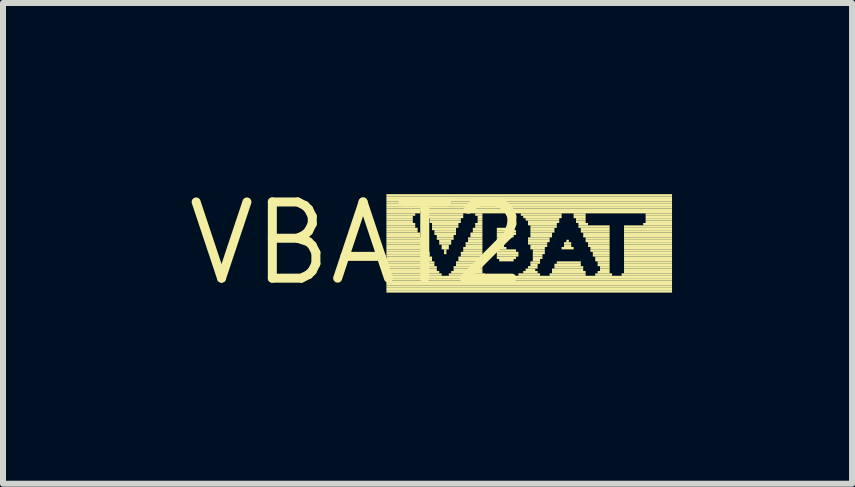
<source format=kicad_pcb>
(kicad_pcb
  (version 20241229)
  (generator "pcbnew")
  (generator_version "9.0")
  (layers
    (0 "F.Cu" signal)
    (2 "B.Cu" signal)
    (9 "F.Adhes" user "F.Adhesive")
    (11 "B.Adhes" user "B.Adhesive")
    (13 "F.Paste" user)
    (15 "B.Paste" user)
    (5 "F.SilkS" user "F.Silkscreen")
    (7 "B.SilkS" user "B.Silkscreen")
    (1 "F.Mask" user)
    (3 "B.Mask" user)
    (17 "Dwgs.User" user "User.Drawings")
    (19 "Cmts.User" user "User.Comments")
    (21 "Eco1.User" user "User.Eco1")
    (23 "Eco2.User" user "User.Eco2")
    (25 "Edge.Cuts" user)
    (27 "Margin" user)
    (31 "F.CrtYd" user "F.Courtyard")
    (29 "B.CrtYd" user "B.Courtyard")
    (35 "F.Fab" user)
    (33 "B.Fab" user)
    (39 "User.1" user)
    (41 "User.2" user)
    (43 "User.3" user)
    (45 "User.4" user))
  (footprint "VBAT2"
    (layer "F.Cu")
    (at 2.91 1.006)
    (property "Reference" "VBAT2" (at 0 0 0) (layer "F.SilkS") (effects (font (size 1.27 1.27) (thickness 0.15))))
    (fp_poly (pts (xy 0.48 -0.78) (xy 5.24 -0.78) (xy 5.24 -0.82) (xy 0.48 -0.82)) (stroke (width 0) (type default)) (fill yes) (layer "F.SilkS"))
    (fp_poly (pts (xy 0.48 -0.74) (xy 5.24 -0.74) (xy 5.24 -0.78) (xy 0.48 -0.78)) (stroke (width 0) (type default)) (fill yes) (layer "F.SilkS"))
    (fp_poly (pts (xy 0.48 -0.7) (xy 5.24 -0.7) (xy 5.24 -0.74) (xy 0.48 -0.74)) (stroke (width 0) (type default)) (fill yes) (layer "F.SilkS"))
    (fp_poly (pts (xy 0.48 -0.66) (xy 5.24 -0.66) (xy 5.24 -0.7) (xy 0.48 -0.7)) (stroke (width 0) (type default)) (fill yes) (layer "F.SilkS"))
    (fp_poly (pts (xy 0.48 -0.62) (xy 5.24 -0.62) (xy 5.24 -0.66) (xy 0.48 -0.66)) (stroke (width 0) (type default)) (fill yes) (layer "F.SilkS"))
    (fp_poly (pts (xy 0.48 -0.58) (xy 5.24 -0.58) (xy 5.24 -0.62) (xy 0.48 -0.62)) (stroke (width 0) (type default)) (fill yes) (layer "F.SilkS"))
    (fp_poly (pts (xy 0.48 -0.54) (xy 5.24 -0.54) (xy 5.24 -0.58) (xy 0.48 -0.58)) (stroke (width 0) (type default)) (fill yes) (layer "F.SilkS"))
    (fp_poly (pts (xy 0.48 -0.5) (xy 1.04 -0.5) (xy 1.04 -0.54) (xy 0.48 -0.54)) (stroke (width 0) (type default)) (fill yes) (layer "F.SilkS"))
    (fp_poly (pts (xy 0.48 -0.46) (xy 0.96 -0.46) (xy 0.96 -0.5) (xy 0.48 -0.5)) (stroke (width 0) (type default)) (fill yes) (layer "F.SilkS"))
    (fp_poly (pts (xy 0.48 -0.42) (xy 0.92 -0.42) (xy 0.92 -0.46) (xy 0.48 -0.46)) (stroke (width 0) (type default)) (fill yes) (layer "F.SilkS"))
    (fp_poly (pts (xy 0.48 -0.38) (xy 0.92 -0.38) (xy 0.92 -0.42) (xy 0.48 -0.42)) (stroke (width 0) (type default)) (fill yes) (layer "F.SilkS"))
    (fp_poly (pts (xy 0.48 -0.34) (xy 0.92 -0.34) (xy 0.92 -0.38) (xy 0.48 -0.38)) (stroke (width 0) (type default)) (fill yes) (layer "F.SilkS"))
    (fp_poly (pts (xy 0.48 -0.3) (xy 0.96 -0.3) (xy 0.96 -0.34) (xy 0.48 -0.34)) (stroke (width 0) (type default)) (fill yes) (layer "F.SilkS"))
    (fp_poly (pts (xy 0.48 -0.26) (xy 0.96 -0.26) (xy 0.96 -0.3) (xy 0.48 -0.3)) (stroke (width 0) (type default)) (fill yes) (layer "F.SilkS"))
    (fp_poly (pts (xy 0.48 -0.22) (xy 1 -0.22) (xy 1 -0.26) (xy 0.48 -0.26)) (stroke (width 0) (type default)) (fill yes) (layer "F.SilkS"))
    (fp_poly (pts (xy 0.48 -0.18) (xy 1 -0.18) (xy 1 -0.22) (xy 0.48 -0.22)) (stroke (width 0) (type default)) (fill yes) (layer "F.SilkS"))
    (fp_poly (pts (xy 0.48 -0.14) (xy 1.04 -0.14) (xy 1.04 -0.18) (xy 0.48 -0.18)) (stroke (width 0) (type default)) (fill yes) (layer "F.SilkS"))
    (fp_poly (pts (xy 0.48 -0.1) (xy 1.04 -0.1) (xy 1.04 -0.14) (xy 0.48 -0.14)) (stroke (width 0) (type default)) (fill yes) (layer "F.SilkS"))
    (fp_poly (pts (xy 0.48 -0.06) (xy 1.08 -0.06) (xy 1.08 -0.1) (xy 0.48 -0.1)) (stroke (width 0) (type default)) (fill yes) (layer "F.SilkS"))
    (fp_poly (pts (xy 0.48 -0.02) (xy 1.08 -0.02) (xy 1.08 -0.06) (xy 0.48 -0.06)) (stroke (width 0) (type default)) (fill yes) (layer "F.SilkS"))
    (fp_poly (pts (xy 0.48 0.02) (xy 1.12 0.02) (xy 1.12 -0.02) (xy 0.48 -0.02)) (stroke (width 0) (type default)) (fill yes) (layer "F.SilkS"))
    (fp_poly (pts (xy 0.48 0.06) (xy 1.12 0.06) (xy 1.12 0.02) (xy 0.48 0.02)) (stroke (width 0) (type default)) (fill yes) (layer "F.SilkS"))
    (fp_poly (pts (xy 0.48 0.1) (xy 1.16 0.1) (xy 1.16 0.06) (xy 0.48 0.06)) (stroke (width 0) (type default)) (fill yes) (layer "F.SilkS"))
    (fp_poly (pts (xy 0.48 0.14) (xy 1.16 0.14) (xy 1.16 0.1) (xy 0.48 0.1)) (stroke (width 0) (type default)) (fill yes) (layer "F.SilkS"))
    (fp_poly (pts (xy 0.48 0.18) (xy 1.2 0.18) (xy 1.2 0.14) (xy 0.48 0.14)) (stroke (width 0) (type default)) (fill yes) (layer "F.SilkS"))
    (fp_poly (pts (xy 0.48 0.22) (xy 1.2 0.22) (xy 1.2 0.18) (xy 0.48 0.18)) (stroke (width 0) (type default)) (fill yes) (layer "F.SilkS"))
    (fp_poly (pts (xy 0.48 0.26) (xy 1.24 0.26) (xy 1.24 0.22) (xy 0.48 0.22)) (stroke (width 0) (type default)) (fill yes) (layer "F.SilkS"))
    (fp_poly (pts (xy 0.48 0.3) (xy 1.24 0.3) (xy 1.24 0.26) (xy 0.48 0.26)) (stroke (width 0) (type default)) (fill yes) (layer "F.SilkS"))
    (fp_poly (pts (xy 0.48 0.34) (xy 1.28 0.34) (xy 1.28 0.3) (xy 0.48 0.3)) (stroke (width 0) (type default)) (fill yes) (layer "F.SilkS"))
    (fp_poly (pts (xy 0.48 0.38) (xy 1.28 0.38) (xy 1.28 0.34) (xy 0.48 0.34)) (stroke (width 0) (type default)) (fill yes) (layer "F.SilkS"))
    (fp_poly (pts (xy 0.48 0.42) (xy 1.32 0.42) (xy 1.32 0.38) (xy 0.48 0.38)) (stroke (width 0) (type default)) (fill yes) (layer "F.SilkS"))
    (fp_poly (pts (xy 0.48 0.46) (xy 1.32 0.46) (xy 1.32 0.42) (xy 0.48 0.42)) (stroke (width 0) (type default)) (fill yes) (layer "F.SilkS"))
    (fp_poly (pts (xy 0.48 0.5) (xy 1.36 0.5) (xy 1.36 0.46) (xy 0.48 0.46)) (stroke (width 0) (type default)) (fill yes) (layer "F.SilkS"))
    (fp_poly (pts (xy 0.48 0.54) (xy 1.4 0.54) (xy 1.4 0.5) (xy 0.48 0.5)) (stroke (width 0) (type default)) (fill yes) (layer "F.SilkS"))
    (fp_poly (pts (xy 0.48 0.58) (xy 5.24 0.58) (xy 5.24 0.54) (xy 0.48 0.54)) (stroke (width 0) (type default)) (fill yes) (layer "F.SilkS"))
    (fp_poly (pts (xy 0.48 0.62) (xy 5.24 0.62) (xy 5.24 0.58) (xy 0.48 0.58)) (stroke (width 0) (type default)) (fill yes) (layer "F.SilkS"))
    (fp_poly (pts (xy 0.48 0.66) (xy 5.24 0.66) (xy 5.24 0.62) (xy 0.48 0.62)) (stroke (width 0) (type default)) (fill yes) (layer "F.SilkS"))
    (fp_poly (pts (xy 0.48 0.7) (xy 5.24 0.7) (xy 5.24 0.66) (xy 0.48 0.66)) (stroke (width 0) (type default)) (fill yes) (layer "F.SilkS"))
    (fp_poly (pts (xy 0.48 0.74) (xy 5.24 0.74) (xy 5.24 0.7) (xy 0.48 0.7)) (stroke (width 0) (type default)) (fill yes) (layer "F.SilkS"))
    (fp_poly (pts (xy 0.48 0.78) (xy 5.24 0.78) (xy 5.24 0.74) (xy 0.48 0.74)) (stroke (width 0) (type default)) (fill yes) (layer "F.SilkS"))
    (fp_poly (pts (xy 0.48 0.82) (xy 5.24 0.82) (xy 5.24 0.78) (xy 0.48 0.78)) (stroke (width 0) (type default)) (fill yes) (layer "F.SilkS"))
    (fp_poly (pts (xy 1.08 -0.5) (xy 5.24 -0.5) (xy 5.24 -0.54) (xy 1.08 -0.54)) (stroke (width 0) (type default)) (fill yes) (layer "F.SilkS"))
    (fp_poly (pts (xy 1.16 -0.46) (xy 1.76 -0.46) (xy 1.76 -0.5) (xy 1.16 -0.5)) (stroke (width 0) (type default)) (fill yes) (layer "F.SilkS"))
    (fp_poly (pts (xy 1.16 -0.42) (xy 1.76 -0.42) (xy 1.76 -0.46) (xy 1.16 -0.46)) (stroke (width 0) (type default)) (fill yes) (layer "F.SilkS"))
    (fp_poly (pts (xy 1.2 -0.38) (xy 1.72 -0.38) (xy 1.72 -0.42) (xy 1.2 -0.42)) (stroke (width 0) (type default)) (fill yes) (layer "F.SilkS"))
    (fp_poly (pts (xy 1.2 -0.34) (xy 1.72 -0.34) (xy 1.72 -0.38) (xy 1.2 -0.38)) (stroke (width 0) (type default)) (fill yes) (layer "F.SilkS"))
    (fp_poly (pts (xy 1.24 -0.3) (xy 1.68 -0.3) (xy 1.68 -0.34) (xy 1.24 -0.34)) (stroke (width 0) (type default)) (fill yes) (layer "F.SilkS"))
    (fp_poly (pts (xy 1.24 -0.26) (xy 1.68 -0.26) (xy 1.68 -0.3) (xy 1.24 -0.3)) (stroke (width 0) (type default)) (fill yes) (layer "F.SilkS"))
    (fp_poly (pts (xy 1.24 -0.22) (xy 1.64 -0.22) (xy 1.64 -0.26) (xy 1.24 -0.26)) (stroke (width 0) (type default)) (fill yes) (layer "F.SilkS"))
    (fp_poly (pts (xy 1.28 -0.18) (xy 1.64 -0.18) (xy 1.64 -0.22) (xy 1.28 -0.22)) (stroke (width 0) (type default)) (fill yes) (layer "F.SilkS"))
    (fp_poly (pts (xy 1.28 -0.14) (xy 1.64 -0.14) (xy 1.64 -0.18) (xy 1.28 -0.18)) (stroke (width 0) (type default)) (fill yes) (layer "F.SilkS"))
    (fp_poly (pts (xy 1.32 -0.1) (xy 1.6 -0.1) (xy 1.6 -0.14) (xy 1.32 -0.14)) (stroke (width 0) (type default)) (fill yes) (layer "F.SilkS"))
    (fp_poly (pts (xy 1.32 -0.06) (xy 1.6 -0.06) (xy 1.6 -0.1) (xy 1.32 -0.1)) (stroke (width 0) (type default)) (fill yes) (layer "F.SilkS"))
    (fp_poly (pts (xy 1.36 -0.02) (xy 1.56 -0.02) (xy 1.56 -0.06) (xy 1.36 -0.06)) (stroke (width 0) (type default)) (fill yes) (layer "F.SilkS"))
    (fp_poly (pts (xy 1.36 0.02) (xy 1.56 0.02) (xy 1.56 -0.02) (xy 1.36 -0.02)) (stroke (width 0) (type default)) (fill yes) (layer "F.SilkS"))
    (fp_poly (pts (xy 1.4 0.06) (xy 1.52 0.06) (xy 1.52 0.02) (xy 1.4 0.02)) (stroke (width 0) (type default)) (fill yes) (layer "F.SilkS"))
    (fp_poly (pts (xy 1.4 0.1) (xy 1.52 0.1) (xy 1.52 0.06) (xy 1.4 0.06)) (stroke (width 0) (type default)) (fill yes) (layer "F.SilkS"))
    (fp_poly (pts (xy 1.44 0.14) (xy 1.48 0.14) (xy 1.48 0.1) (xy 1.44 0.1)) (stroke (width 0) (type default)) (fill yes) (layer "F.SilkS"))
    (fp_poly (pts (xy 1.44 0.18) (xy 1.48 0.18) (xy 1.48 0.14) (xy 1.44 0.14)) (stroke (width 0) (type default)) (fill yes) (layer "F.SilkS"))
    (fp_poly (pts (xy 1.52 0.54) (xy 2.12 0.54) (xy 2.12 0.5) (xy 1.52 0.5)) (stroke (width 0) (type default)) (fill yes) (layer "F.SilkS"))
    (fp_poly (pts (xy 1.56 0.5) (xy 2.08 0.5) (xy 2.08 0.46) (xy 1.56 0.46)) (stroke (width 0) (type default)) (fill yes) (layer "F.SilkS"))
    (fp_poly (pts (xy 1.6 0.42) (xy 2.08 0.42) (xy 2.08 0.38) (xy 1.6 0.38)) (stroke (width 0) (type default)) (fill yes) (layer "F.SilkS"))
    (fp_poly (pts (xy 1.6 0.46) (xy 2.08 0.46) (xy 2.08 0.42) (xy 1.6 0.42)) (stroke (width 0) (type default)) (fill yes) (layer "F.SilkS"))
    (fp_poly (pts (xy 1.64 0.34) (xy 2.08 0.34) (xy 2.08 0.3) (xy 1.64 0.3)) (stroke (width 0) (type default)) (fill yes) (layer "F.SilkS"))
    (fp_poly (pts (xy 1.64 0.38) (xy 2.08 0.38) (xy 2.08 0.34) (xy 1.64 0.34)) (stroke (width 0) (type default)) (fill yes) (layer "F.SilkS"))
    (fp_poly (pts (xy 1.68 0.26) (xy 2.08 0.26) (xy 2.08 0.22) (xy 1.68 0.22)) (stroke (width 0) (type default)) (fill yes) (layer "F.SilkS"))
    (fp_poly (pts (xy 1.68 0.3) (xy 2.08 0.3) (xy 2.08 0.26) (xy 1.68 0.26)) (stroke (width 0) (type default)) (fill yes) (layer "F.SilkS"))
    (fp_poly (pts (xy 1.72 0.18) (xy 2.08 0.18) (xy 2.08 0.14) (xy 1.72 0.14)) (stroke (width 0) (type default)) (fill yes) (layer "F.SilkS"))
    (fp_poly (pts (xy 1.72 0.22) (xy 2.08 0.22) (xy 2.08 0.18) (xy 1.72 0.18)) (stroke (width 0) (type default)) (fill yes) (layer "F.SilkS"))
    (fp_poly (pts (xy 1.76 0.1) (xy 2.08 0.1) (xy 2.08 0.06) (xy 1.76 0.06)) (stroke (width 0) (type default)) (fill yes) (layer "F.SilkS"))
    (fp_poly (pts (xy 1.76 0.14) (xy 2.08 0.14) (xy 2.08 0.1) (xy 1.76 0.1)) (stroke (width 0) (type default)) (fill yes) (layer "F.SilkS"))
    (fp_poly (pts (xy 1.8 0.02) (xy 2.08 0.02) (xy 2.08 -0.02) (xy 1.8 -0.02)) (stroke (width 0) (type default)) (fill yes) (layer "F.SilkS"))
    (fp_poly (pts (xy 1.8 0.06) (xy 2.08 0.06) (xy 2.08 0.02) (xy 1.8 0.02)) (stroke (width 0) (type default)) (fill yes) (layer "F.SilkS"))
    (fp_poly (pts (xy 1.84 -0.06) (xy 2.08 -0.06) (xy 2.08 -0.1) (xy 1.84 -0.1)) (stroke (width 0) (type default)) (fill yes) (layer "F.SilkS"))
    (fp_poly (pts (xy 1.84 -0.02) (xy 2.08 -0.02) (xy 2.08 -0.06) (xy 1.84 -0.06)) (stroke (width 0) (type default)) (fill yes) (layer "F.SilkS"))
    (fp_poly (pts (xy 1.88 -0.14) (xy 2.08 -0.14) (xy 2.08 -0.18) (xy 1.88 -0.18)) (stroke (width 0) (type default)) (fill yes) (layer "F.SilkS"))
    (fp_poly (pts (xy 1.88 -0.1) (xy 2.08 -0.1) (xy 2.08 -0.14) (xy 1.88 -0.14)) (stroke (width 0) (type default)) (fill yes) (layer "F.SilkS"))
    (fp_poly (pts (xy 1.92 -0.22) (xy 2.08 -0.22) (xy 2.08 -0.26) (xy 1.92 -0.26)) (stroke (width 0) (type default)) (fill yes) (layer "F.SilkS"))
    (fp_poly (pts (xy 1.92 -0.18) (xy 2.08 -0.18) (xy 2.08 -0.22) (xy 1.92 -0.22)) (stroke (width 0) (type default)) (fill yes) (layer "F.SilkS"))
    (fp_poly (pts (xy 1.96 -0.46) (xy 2.08 -0.46) (xy 2.08 -0.5) (xy 1.96 -0.5)) (stroke (width 0) (type default)) (fill yes) (layer "F.SilkS"))
    (fp_poly (pts (xy 1.96 -0.3) (xy 2.08 -0.3) (xy 2.08 -0.34) (xy 1.96 -0.34)) (stroke (width 0) (type default)) (fill yes) (layer "F.SilkS"))
    (fp_poly (pts (xy 1.96 -0.26) (xy 2.08 -0.26) (xy 2.08 -0.3) (xy 1.96 -0.3)) (stroke (width 0) (type default)) (fill yes) (layer "F.SilkS"))
    (fp_poly (pts (xy 2 -0.42) (xy 2.08 -0.42) (xy 2.08 -0.46) (xy 2 -0.46)) (stroke (width 0) (type default)) (fill yes) (layer "F.SilkS"))
    (fp_poly (pts (xy 2 -0.38) (xy 2.08 -0.38) (xy 2.08 -0.42) (xy 2 -0.42)) (stroke (width 0) (type default)) (fill yes) (layer "F.SilkS"))
    (fp_poly (pts (xy 2 -0.34) (xy 2.08 -0.34) (xy 2.08 -0.38) (xy 2 -0.38)) (stroke (width 0) (type default)) (fill yes) (layer "F.SilkS"))
    (fp_poly (pts (xy 2.32 -0.22) (xy 2.6 -0.22) (xy 2.6 -0.26) (xy 2.32 -0.26)) (stroke (width 0) (type default)) (fill yes) (layer "F.SilkS"))
    (fp_poly (pts (xy 2.32 -0.18) (xy 2.64 -0.18) (xy 2.64 -0.22) (xy 2.32 -0.22)) (stroke (width 0) (type default)) (fill yes) (layer "F.SilkS"))
    (fp_poly (pts (xy 2.32 -0.14) (xy 2.64 -0.14) (xy 2.64 -0.18) (xy 2.32 -0.18)) (stroke (width 0) (type default)) (fill yes) (layer "F.SilkS"))
    (fp_poly (pts (xy 2.32 -0.1) (xy 2.6 -0.1) (xy 2.6 -0.14) (xy 2.32 -0.14)) (stroke (width 0) (type default)) (fill yes) (layer "F.SilkS"))
    (fp_poly (pts (xy 2.32 -0.06) (xy 2.44 -0.06) (xy 2.44 -0.1) (xy 2.32 -0.1)) (stroke (width 0) (type default)) (fill yes) (layer "F.SilkS"))
    (fp_poly (pts (xy 2.32 -0.02) (xy 2.44 -0.02) (xy 2.44 -0.06) (xy 2.32 -0.06)) (stroke (width 0) (type default)) (fill yes) (layer "F.SilkS"))
    (fp_poly (pts (xy 2.32 0.02) (xy 2.44 0.02) (xy 2.44 -0.02) (xy 2.32 -0.02)) (stroke (width 0) (type default)) (fill yes) (layer "F.SilkS"))
    (fp_poly (pts (xy 2.32 0.06) (xy 2.44 0.06) (xy 2.44 0.02) (xy 2.32 0.02)) (stroke (width 0) (type default)) (fill yes) (layer "F.SilkS"))
    (fp_poly (pts (xy 2.32 0.1) (xy 2.48 0.1) (xy 2.48 0.06) (xy 2.32 0.06)) (stroke (width 0) (type default)) (fill yes) (layer "F.SilkS"))
    (fp_poly (pts (xy 2.32 0.14) (xy 2.64 0.14) (xy 2.64 0.1) (xy 2.32 0.1)) (stroke (width 0) (type default)) (fill yes) (layer "F.SilkS"))
    (fp_poly (pts (xy 2.32 0.18) (xy 2.68 0.18) (xy 2.68 0.14) (xy 2.32 0.14)) (stroke (width 0) (type default)) (fill yes) (layer "F.SilkS"))
    (fp_poly (pts (xy 2.32 0.22) (xy 2.68 0.22) (xy 2.68 0.18) (xy 2.32 0.18)) (stroke (width 0) (type default)) (fill yes) (layer "F.SilkS"))
    (fp_poly (pts (xy 2.32 0.26) (xy 2.64 0.26) (xy 2.64 0.22) (xy 2.32 0.22)) (stroke (width 0) (type default)) (fill yes) (layer "F.SilkS"))
    (fp_poly (pts (xy 2.36 0.3) (xy 2.6 0.3) (xy 2.6 0.26) (xy 2.36 0.26)) (stroke (width 0) (type default)) (fill yes) (layer "F.SilkS"))
    (fp_poly (pts (xy 2.68 0.54) (xy 3.04 0.54) (xy 3.04 0.5) (xy 2.68 0.5)) (stroke (width 0) (type default)) (fill yes) (layer "F.SilkS"))
    (fp_poly (pts (xy 2.72 -0.46) (xy 3.4 -0.46) (xy 3.4 -0.5) (xy 2.72 -0.5)) (stroke (width 0) (type default)) (fill yes) (layer "F.SilkS"))
    (fp_poly (pts (xy 2.76 -0.42) (xy 3.4 -0.42) (xy 3.4 -0.46) (xy 2.76 -0.46)) (stroke (width 0) (type default)) (fill yes) (layer "F.SilkS"))
    (fp_poly (pts (xy 2.76 0.5) (xy 3 0.5) (xy 3 0.46) (xy 2.76 0.46)) (stroke (width 0) (type default)) (fill yes) (layer "F.SilkS"))
    (fp_poly (pts (xy 2.8 -0.38) (xy 3.36 -0.38) (xy 3.36 -0.42) (xy 2.8 -0.42)) (stroke (width 0) (type default)) (fill yes) (layer "F.SilkS"))
    (fp_poly (pts (xy 2.8 0.46) (xy 2.96 0.46) (xy 2.96 0.42) (xy 2.8 0.42)) (stroke (width 0) (type default)) (fill yes) (layer "F.SilkS"))
    (fp_poly (pts (xy 2.84 -0.34) (xy 3.36 -0.34) (xy 3.36 -0.38) (xy 2.84 -0.38)) (stroke (width 0) (type default)) (fill yes) (layer "F.SilkS"))
    (fp_poly (pts (xy 2.84 -0.3) (xy 3.32 -0.3) (xy 3.32 -0.34) (xy 2.84 -0.34)) (stroke (width 0) (type default)) (fill yes) (layer "F.SilkS"))
    (fp_poly (pts (xy 2.84 -0.06) (xy 3.2 -0.06) (xy 3.2 -0.1) (xy 2.84 -0.1)) (stroke (width 0) (type default)) (fill yes) (layer "F.SilkS"))
    (fp_poly (pts (xy 2.84 -0.02) (xy 3.2 -0.02) (xy 3.2 -0.06) (xy 2.84 -0.06)) (stroke (width 0) (type default)) (fill yes) (layer "F.SilkS"))
    (fp_poly (pts (xy 2.84 0.02) (xy 3.16 0.02) (xy 3.16 -0.02) (xy 2.84 -0.02)) (stroke (width 0) (type default)) (fill yes) (layer "F.SilkS"))
    (fp_poly (pts (xy 2.84 0.42) (xy 3 0.42) (xy 3 0.38) (xy 2.84 0.38)) (stroke (width 0) (type default)) (fill yes) (layer "F.SilkS"))
    (fp_poly (pts (xy 2.88 -0.26) (xy 3.32 -0.26) (xy 3.32 -0.3) (xy 2.88 -0.3)) (stroke (width 0) (type default)) (fill yes) (layer "F.SilkS"))
    (fp_poly (pts (xy 2.88 -0.22) (xy 3.28 -0.22) (xy 3.28 -0.26) (xy 2.88 -0.26)) (stroke (width 0) (type default)) (fill yes) (layer "F.SilkS"))
    (fp_poly (pts (xy 2.88 -0.18) (xy 3.28 -0.18) (xy 3.28 -0.22) (xy 2.88 -0.22)) (stroke (width 0) (type default)) (fill yes) (layer "F.SilkS"))
    (fp_poly (pts (xy 2.88 -0.14) (xy 3.24 -0.14) (xy 3.24 -0.18) (xy 2.88 -0.18)) (stroke (width 0) (type default)) (fill yes) (layer "F.SilkS"))
    (fp_poly (pts (xy 2.88 -0.1) (xy 3.24 -0.1) (xy 3.24 -0.14) (xy 2.88 -0.14)) (stroke (width 0) (type default)) (fill yes) (layer "F.SilkS"))
    (fp_poly (pts (xy 2.88 0.06) (xy 3.16 0.06) (xy 3.16 0.02) (xy 2.88 0.02)) (stroke (width 0) (type default)) (fill yes) (layer "F.SilkS"))
    (fp_poly (pts (xy 2.88 0.1) (xy 3.12 0.1) (xy 3.12 0.06) (xy 2.88 0.06)) (stroke (width 0) (type default)) (fill yes) (layer "F.SilkS"))
    (fp_poly (pts (xy 2.88 0.34) (xy 3.04 0.34) (xy 3.04 0.3) (xy 2.88 0.3)) (stroke (width 0) (type default)) (fill yes) (layer "F.SilkS"))
    (fp_poly (pts (xy 2.88 0.38) (xy 3 0.38) (xy 3 0.34) (xy 2.88 0.34)) (stroke (width 0) (type default)) (fill yes) (layer "F.SilkS"))
    (fp_poly (pts (xy 2.92 0.14) (xy 3.12 0.14) (xy 3.12 0.1) (xy 2.92 0.1)) (stroke (width 0) (type default)) (fill yes) (layer "F.SilkS"))
    (fp_poly (pts (xy 2.92 0.18) (xy 3.12 0.18) (xy 3.12 0.14) (xy 2.92 0.14)) (stroke (width 0) (type default)) (fill yes) (layer "F.SilkS"))
    (fp_poly (pts (xy 2.92 0.22) (xy 3.08 0.22) (xy 3.08 0.18) (xy 2.92 0.18)) (stroke (width 0) (type default)) (fill yes) (layer "F.SilkS"))
    (fp_poly (pts (xy 2.92 0.26) (xy 3.08 0.26) (xy 3.08 0.22) (xy 2.92 0.22)) (stroke (width 0) (type default)) (fill yes) (layer "F.SilkS"))
    (fp_poly (pts (xy 2.92 0.3) (xy 3.04 0.3) (xy 3.04 0.26) (xy 2.92 0.26)) (stroke (width 0) (type default)) (fill yes) (layer "F.SilkS"))
    (fp_poly (pts (xy 3.2 0.54) (xy 3.8 0.54) (xy 3.8 0.5) (xy 3.2 0.5)) (stroke (width 0) (type default)) (fill yes) (layer "F.SilkS"))
    (fp_poly (pts (xy 3.24 0.46) (xy 3.76 0.46) (xy 3.76 0.42) (xy 3.24 0.42)) (stroke (width 0) (type default)) (fill yes) (layer "F.SilkS"))
    (fp_poly (pts (xy 3.24 0.5) (xy 3.8 0.5) (xy 3.8 0.46) (xy 3.24 0.46)) (stroke (width 0) (type default)) (fill yes) (layer "F.SilkS"))
    (fp_poly (pts (xy 3.28 0.38) (xy 3.72 0.38) (xy 3.72 0.34) (xy 3.28 0.34)) (stroke (width 0) (type default)) (fill yes) (layer "F.SilkS"))
    (fp_poly (pts (xy 3.28 0.42) (xy 3.76 0.42) (xy 3.76 0.38) (xy 3.28 0.38)) (stroke (width 0) (type default)) (fill yes) (layer "F.SilkS"))
    (fp_poly (pts (xy 3.32 0.34) (xy 3.72 0.34) (xy 3.72 0.3) (xy 3.32 0.3)) (stroke (width 0) (type default)) (fill yes) (layer "F.SilkS"))
    (fp_poly (pts (xy 3.4 0.1) (xy 3.6 0.1) (xy 3.6 0.06) (xy 3.4 0.06)) (stroke (width 0) (type default)) (fill yes) (layer "F.SilkS"))
    (fp_poly (pts (xy 3.44 0.02) (xy 3.56 0.02) (xy 3.56 -0.02) (xy 3.44 -0.02)) (stroke (width 0) (type default)) (fill yes) (layer "F.SilkS"))
    (fp_poly (pts (xy 3.44 0.06) (xy 3.56 0.06) (xy 3.56 0.02) (xy 3.44 0.02)) (stroke (width 0) (type default)) (fill yes) (layer "F.SilkS"))
    (fp_poly (pts (xy 3.48 -0.02) (xy 3.52 -0.02) (xy 3.52 -0.06) (xy 3.48 -0.06)) (stroke (width 0) (type default)) (fill yes) (layer "F.SilkS"))
    (fp_poly (pts (xy 3.6 -0.46) (xy 3.8 -0.46) (xy 3.8 -0.5) (xy 3.6 -0.5)) (stroke (width 0) (type default)) (fill yes) (layer "F.SilkS"))
    (fp_poly (pts (xy 3.6 -0.42) (xy 3.8 -0.42) (xy 3.8 -0.46) (xy 3.6 -0.46)) (stroke (width 0) (type default)) (fill yes) (layer "F.SilkS"))
    (fp_poly (pts (xy 3.64 -0.38) (xy 3.8 -0.38) (xy 3.8 -0.42) (xy 3.64 -0.42)) (stroke (width 0) (type default)) (fill yes) (layer "F.SilkS"))
    (fp_poly (pts (xy 3.64 -0.34) (xy 3.8 -0.34) (xy 3.8 -0.38) (xy 3.64 -0.38)) (stroke (width 0) (type default)) (fill yes) (layer "F.SilkS"))
    (fp_poly (pts (xy 3.68 -0.3) (xy 3.84 -0.3) (xy 3.84 -0.34) (xy 3.68 -0.34)) (stroke (width 0) (type default)) (fill yes) (layer "F.SilkS"))
    (fp_poly (pts (xy 3.68 -0.26) (xy 4.2 -0.26) (xy 4.2 -0.3) (xy 3.68 -0.3)) (stroke (width 0) (type default)) (fill yes) (layer "F.SilkS"))
    (fp_poly (pts (xy 3.72 -0.22) (xy 4.2 -0.22) (xy 4.2 -0.26) (xy 3.72 -0.26)) (stroke (width 0) (type default)) (fill yes) (layer "F.SilkS"))
    (fp_poly (pts (xy 3.72 -0.18) (xy 4.2 -0.18) (xy 4.2 -0.22) (xy 3.72 -0.22)) (stroke (width 0) (type default)) (fill yes) (layer "F.SilkS"))
    (fp_poly (pts (xy 3.76 -0.14) (xy 4.2 -0.14) (xy 4.2 -0.18) (xy 3.76 -0.18)) (stroke (width 0) (type default)) (fill yes) (layer "F.SilkS"))
    (fp_poly (pts (xy 3.76 -0.1) (xy 4.2 -0.1) (xy 4.2 -0.14) (xy 3.76 -0.14)) (stroke (width 0) (type default)) (fill yes) (layer "F.SilkS"))
    (fp_poly (pts (xy 3.8 -0.06) (xy 4.2 -0.06) (xy 4.2 -0.1) (xy 3.8 -0.1)) (stroke (width 0) (type default)) (fill yes) (layer "F.SilkS"))
    (fp_poly (pts (xy 3.8 -0.02) (xy 4.2 -0.02) (xy 4.2 -0.06) (xy 3.8 -0.06)) (stroke (width 0) (type default)) (fill yes) (layer "F.SilkS"))
    (fp_poly (pts (xy 3.84 0.02) (xy 4.2 0.02) (xy 4.2 -0.02) (xy 3.84 -0.02)) (stroke (width 0) (type default)) (fill yes) (layer "F.SilkS"))
    (fp_poly (pts (xy 3.84 0.06) (xy 4.2 0.06) (xy 4.2 0.02) (xy 3.84 0.02)) (stroke (width 0) (type default)) (fill yes) (layer "F.SilkS"))
    (fp_poly (pts (xy 3.88 0.1) (xy 4.2 0.1) (xy 4.2 0.06) (xy 3.88 0.06)) (stroke (width 0) (type default)) (fill yes) (layer "F.SilkS"))
    (fp_poly (pts (xy 3.88 0.14) (xy 4.2 0.14) (xy 4.2 0.1) (xy 3.88 0.1)) (stroke (width 0) (type default)) (fill yes) (layer "F.SilkS"))
    (fp_poly (pts (xy 3.92 0.18) (xy 4.2 0.18) (xy 4.2 0.14) (xy 3.92 0.14)) (stroke (width 0) (type default)) (fill yes) (layer "F.SilkS"))
    (fp_poly (pts (xy 3.92 0.22) (xy 4.2 0.22) (xy 4.2 0.18) (xy 3.92 0.18)) (stroke (width 0) (type default)) (fill yes) (layer "F.SilkS"))
    (fp_poly (pts (xy 3.96 0.26) (xy 4.2 0.26) (xy 4.2 0.22) (xy 3.96 0.22)) (stroke (width 0) (type default)) (fill yes) (layer "F.SilkS"))
    (fp_poly (pts (xy 3.96 0.3) (xy 4.2 0.3) (xy 4.2 0.26) (xy 3.96 0.26)) (stroke (width 0) (type default)) (fill yes) (layer "F.SilkS"))
    (fp_poly (pts (xy 3.96 0.54) (xy 4.24 0.54) (xy 4.24 0.5) (xy 3.96 0.5)) (stroke (width 0) (type default)) (fill yes) (layer "F.SilkS"))
    (fp_poly (pts (xy 4 0.34) (xy 4.2 0.34) (xy 4.2 0.3) (xy 4 0.3)) (stroke (width 0) (type default)) (fill yes) (layer "F.SilkS"))
    (fp_poly (pts (xy 4 0.38) (xy 4.2 0.38) (xy 4.2 0.34) (xy 4 0.34)) (stroke (width 0) (type default)) (fill yes) (layer "F.SilkS"))
    (fp_poly (pts (xy 4 0.5) (xy 4.2 0.5) (xy 4.2 0.46) (xy 4 0.46)) (stroke (width 0) (type default)) (fill yes) (layer "F.SilkS"))
    (fp_poly (pts (xy 4.04 0.42) (xy 4.2 0.42) (xy 4.2 0.38) (xy 4.04 0.38)) (stroke (width 0) (type default)) (fill yes) (layer "F.SilkS"))
    (fp_poly (pts (xy 4.04 0.46) (xy 4.2 0.46) (xy 4.2 0.42) (xy 4.04 0.42)) (stroke (width 0) (type default)) (fill yes) (layer "F.SilkS"))
    (fp_poly (pts (xy 4.4 0.54) (xy 5.24 0.54) (xy 5.24 0.5) (xy 4.4 0.5)) (stroke (width 0) (type default)) (fill yes) (layer "F.SilkS"))
    (fp_poly (pts (xy 4.44 -0.26) (xy 5.24 -0.26) (xy 5.24 -0.3) (xy 4.44 -0.3)) (stroke (width 0) (type default)) (fill yes) (layer "F.SilkS"))
    (fp_poly (pts (xy 4.44 -0.22) (xy 5.24 -0.22) (xy 5.24 -0.26) (xy 4.44 -0.26)) (stroke (width 0) (type default)) (fill yes) (layer "F.SilkS"))
    (fp_poly (pts (xy 4.44 -0.18) (xy 5.24 -0.18) (xy 5.24 -0.22) (xy 4.44 -0.22)) (stroke (width 0) (type default)) (fill yes) (layer "F.SilkS"))
    (fp_poly (pts (xy 4.44 -0.14) (xy 5.24 -0.14) (xy 5.24 -0.18) (xy 4.44 -0.18)) (stroke (width 0) (type default)) (fill yes) (layer "F.SilkS"))
    (fp_poly (pts (xy 4.44 -0.1) (xy 5.24 -0.1) (xy 5.24 -0.14) (xy 4.44 -0.14)) (stroke (width 0) (type default)) (fill yes) (layer "F.SilkS"))
    (fp_poly (pts (xy 4.44 -0.06) (xy 5.24 -0.06) (xy 5.24 -0.1) (xy 4.44 -0.1)) (stroke (width 0) (type default)) (fill yes) (layer "F.SilkS"))
    (fp_poly (pts (xy 4.44 -0.02) (xy 5.24 -0.02) (xy 5.24 -0.06) (xy 4.44 -0.06)) (stroke (width 0) (type default)) (fill yes) (layer "F.SilkS"))
    (fp_poly (pts (xy 4.44 0.02) (xy 5.24 0.02) (xy 5.24 -0.02) (xy 4.44 -0.02)) (stroke (width 0) (type default)) (fill yes) (layer "F.SilkS"))
    (fp_poly (pts (xy 4.44 0.06) (xy 5.24 0.06) (xy 5.24 0.02) (xy 4.44 0.02)) (stroke (width 0) (type default)) (fill yes) (layer "F.SilkS"))
    (fp_poly (pts (xy 4.44 0.1) (xy 5.24 0.1) (xy 5.24 0.06) (xy 4.44 0.06)) (stroke (width 0) (type default)) (fill yes) (layer "F.SilkS"))
    (fp_poly (pts (xy 4.44 0.14) (xy 5.24 0.14) (xy 5.24 0.1) (xy 4.44 0.1)) (stroke (width 0) (type default)) (fill yes) (layer "F.SilkS"))
    (fp_poly (pts (xy 4.44 0.18) (xy 5.24 0.18) (xy 5.24 0.14) (xy 4.44 0.14)) (stroke (width 0) (type default)) (fill yes) (layer "F.SilkS"))
    (fp_poly (pts (xy 4.44 0.22) (xy 5.24 0.22) (xy 5.24 0.18) (xy 4.44 0.18)) (stroke (width 0) (type default)) (fill yes) (layer "F.SilkS"))
    (fp_poly (pts (xy 4.44 0.26) (xy 5.24 0.26) (xy 5.24 0.22) (xy 4.44 0.22)) (stroke (width 0) (type default)) (fill yes) (layer "F.SilkS"))
    (fp_poly (pts (xy 4.44 0.3) (xy 5.24 0.3) (xy 5.24 0.26) (xy 4.44 0.26)) (stroke (width 0) (type default)) (fill yes) (layer "F.SilkS"))
    (fp_poly (pts (xy 4.44 0.34) (xy 5.24 0.34) (xy 5.24 0.3) (xy 4.44 0.3)) (stroke (width 0) (type default)) (fill yes) (layer "F.SilkS"))
    (fp_poly (pts (xy 4.44 0.38) (xy 5.24 0.38) (xy 5.24 0.34) (xy 4.44 0.34)) (stroke (width 0) (type default)) (fill yes) (layer "F.SilkS"))
    (fp_poly (pts (xy 4.44 0.42) (xy 5.24 0.42) (xy 5.24 0.38) (xy 4.44 0.38)) (stroke (width 0) (type default)) (fill yes) (layer "F.SilkS"))
    (fp_poly (pts (xy 4.44 0.46) (xy 5.24 0.46) (xy 5.24 0.42) (xy 4.44 0.42)) (stroke (width 0) (type default)) (fill yes) (layer "F.SilkS"))
    (fp_poly (pts (xy 4.44 0.5) (xy 5.24 0.5) (xy 5.24 0.46) (xy 4.44 0.46)) (stroke (width 0) (type default)) (fill yes) (layer "F.SilkS"))
    (fp_poly (pts (xy 4.76 -0.3) (xy 5.24 -0.3) (xy 5.24 -0.34) (xy 4.76 -0.34)) (stroke (width 0) (type default)) (fill yes) (layer "F.SilkS"))
    (fp_poly (pts (xy 4.8 -0.46) (xy 5.24 -0.46) (xy 5.24 -0.5) (xy 4.8 -0.5)) (stroke (width 0) (type default)) (fill yes) (layer "F.SilkS"))
    (fp_poly (pts (xy 4.8 -0.42) (xy 5.24 -0.42) (xy 5.24 -0.46) (xy 4.8 -0.46)) (stroke (width 0) (type default)) (fill yes) (layer "F.SilkS"))
    (fp_poly (pts (xy 4.8 -0.38) (xy 5.24 -0.38) (xy 5.24 -0.42) (xy 4.8 -0.42)) (stroke (width 0) (type default)) (fill yes) (layer "F.SilkS"))
    (fp_poly (pts (xy 4.8 -0.34) (xy 5.24 -0.34) (xy 5.24 -0.38) (xy 4.8 -0.38)) (stroke (width 0) (type default)) (fill yes) (layer "F.SilkS")))
  (gr_rect
    (start -3 -3)
    (end 11.15 5.012)
    (stroke (width 0.1) (type default))
    (fill no)
    (layer "Edge.Cuts")))
</source>
